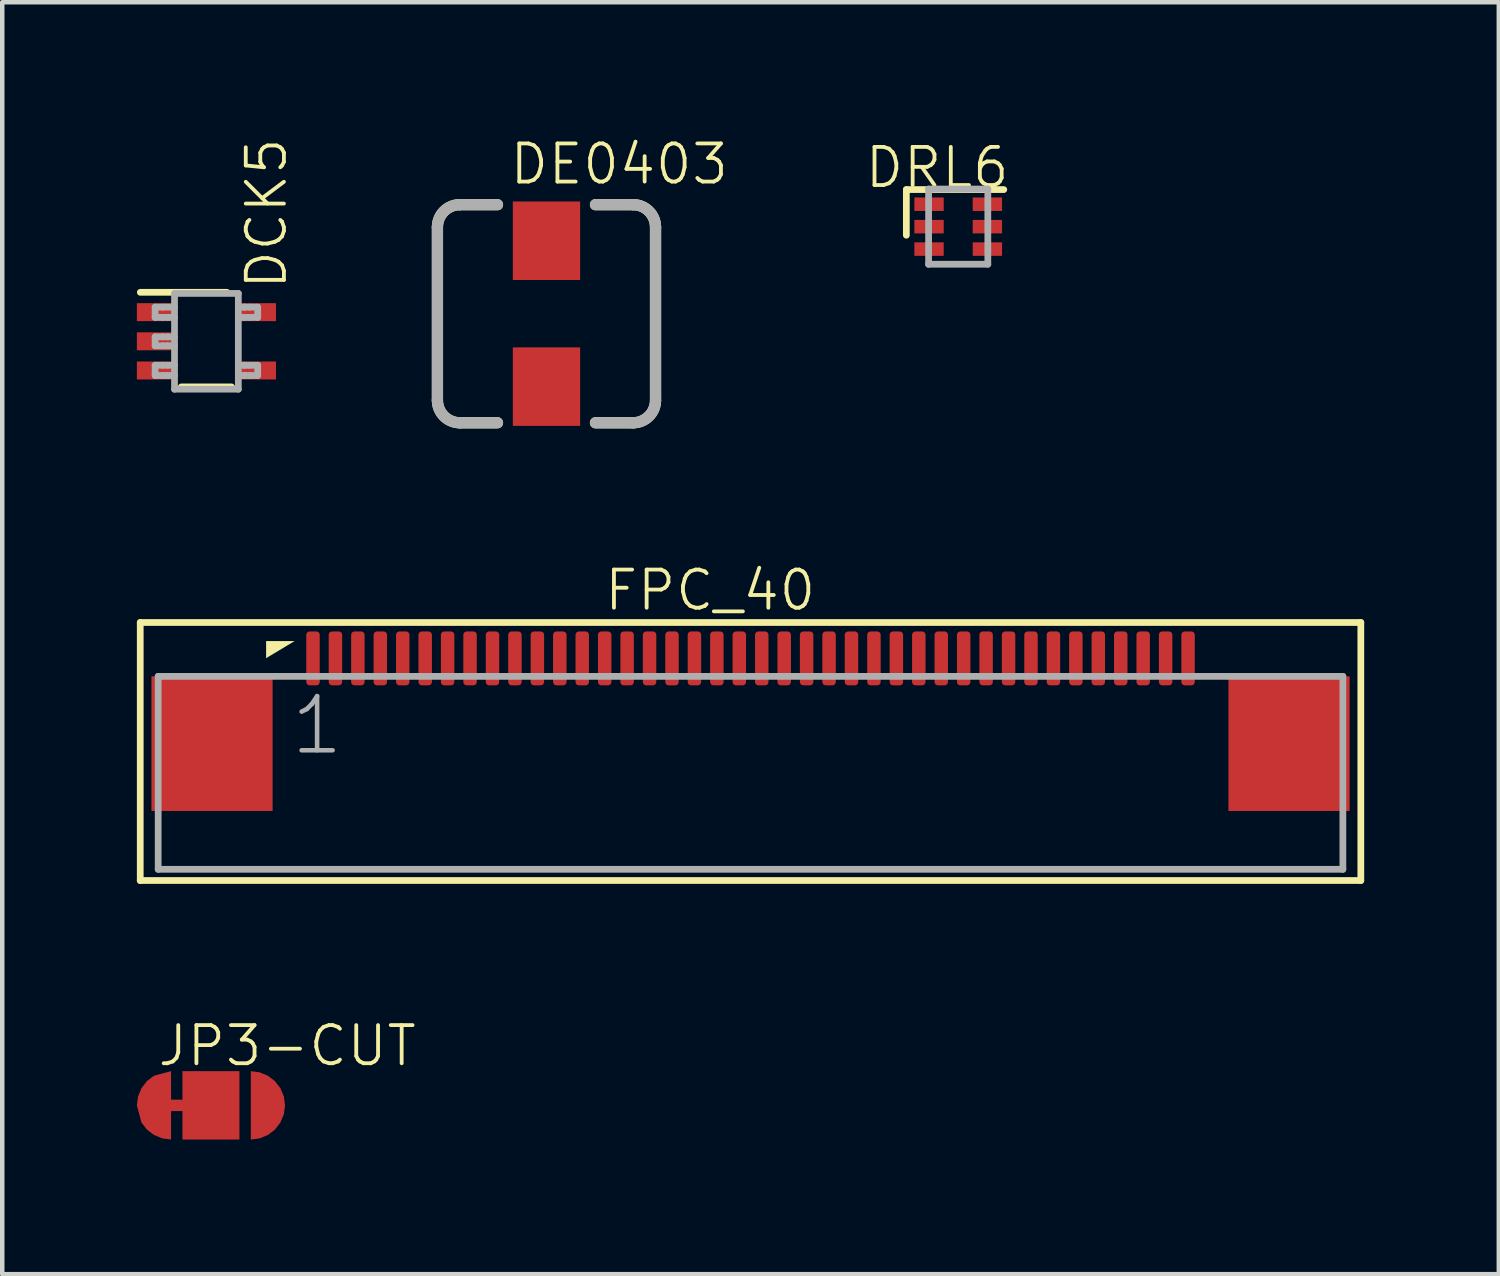
<source format=kicad_pcb>
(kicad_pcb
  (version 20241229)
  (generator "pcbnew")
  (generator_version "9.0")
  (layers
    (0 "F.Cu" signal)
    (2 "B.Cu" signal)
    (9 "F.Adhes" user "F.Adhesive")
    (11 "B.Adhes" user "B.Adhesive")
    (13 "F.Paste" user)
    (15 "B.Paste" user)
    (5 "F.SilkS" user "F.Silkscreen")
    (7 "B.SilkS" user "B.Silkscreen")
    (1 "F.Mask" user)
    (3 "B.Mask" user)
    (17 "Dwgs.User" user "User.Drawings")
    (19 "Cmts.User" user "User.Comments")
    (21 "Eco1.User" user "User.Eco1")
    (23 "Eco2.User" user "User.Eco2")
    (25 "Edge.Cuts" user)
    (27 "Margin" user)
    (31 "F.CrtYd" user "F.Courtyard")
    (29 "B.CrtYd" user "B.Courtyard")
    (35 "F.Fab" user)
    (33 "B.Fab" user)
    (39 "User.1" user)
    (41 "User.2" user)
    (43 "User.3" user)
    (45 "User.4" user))
  (footprint "DCK5"
    (layer "F.Cu")
    (at 1.55 4.556)
    (property "Reference" "DCK5" (at 1.835 -1.111 90) (layer "F.SilkS") (effects (font (size 0.85 0.85) (thickness 0.085)) (justify left bottom)))
    (attr smd)
    (fp_line (start -1.473 -1.092) (end 0.457 -1.092) (stroke (width 0.15) (type solid)) (layer "F.SilkS"))
    (fp_line (start -0.559 1.016) (end 0.559 1.016) (stroke (width 0.15) (type solid)) (layer "F.SilkS"))
    (fp_line (start -1.143 -0.762) (end -0.965 -0.762) (stroke (width 0.15) (type solid)) (layer "F.Fab"))
    (fp_line (start -1.143 -0.533) (end -1.143 -0.762) (stroke (width 0.15) (type solid)) (layer "F.Fab"))
    (fp_line (start -1.143 -0.533) (end -0.965 -0.533) (stroke (width 0.15) (type solid)) (layer "F.Fab"))
    (fp_line (start -1.143 -0.1) (end -0.965 -0.1) (stroke (width 0.15) (type solid)) (layer "F.Fab"))
    (fp_line (start -1.143 0.1) (end -1.143 -0.1) (stroke (width 0.15) (type solid)) (layer "F.Fab"))
    (fp_line (start -1.143 0.1) (end -0.965 0.1) (stroke (width 0.15) (type solid)) (layer "F.Fab"))
    (fp_line (start -1.143 0.533) (end -0.965 0.533) (stroke (width 0.15) (type solid)) (layer "F.Fab"))
    (fp_line (start -1.143 0.762) (end -1.143 0.533) (stroke (width 0.15) (type solid)) (layer "F.Fab"))
    (fp_line (start -1.143 0.762) (end -0.965 0.762) (stroke (width 0.15) (type solid)) (layer "F.Fab"))
    (fp_line (start -0.965 -0.762) (end -0.711 -0.762) (stroke (width 0.15) (type solid)) (layer "F.Fab"))
    (fp_line (start -0.965 -0.533) (end -0.864 -0.533) (stroke (width 0.15) (type solid)) (layer "F.Fab"))
    (fp_line (start -0.965 -0.1) (end -0.864 -0.1) (stroke (width 0.15) (type solid)) (layer "F.Fab"))
    (fp_line (start -0.965 0.1) (end -0.864 0.1) (stroke (width 0.15) (type solid)) (layer "F.Fab"))
    (fp_line (start -0.965 0.533) (end -0.864 0.533) (stroke (width 0.15) (type solid)) (layer "F.Fab"))
    (fp_line (start -0.965 0.762) (end -0.864 0.762) (stroke (width 0.15) (type solid)) (layer "F.Fab"))
    (fp_line (start -0.864 -0.533) (end -0.711 -0.533) (stroke (width 0.15) (type solid)) (layer "F.Fab"))
    (fp_line (start -0.864 -0.1) (end -0.711 -0.1) (stroke (width 0.15) (type solid)) (layer "F.Fab"))
    (fp_line (start -0.864 0.1) (end -0.711 0.1) (stroke (width 0.15) (type solid)) (layer "F.Fab"))
    (fp_line (start -0.864 0.533) (end -0.711 0.533) (stroke (width 0.15) (type solid)) (layer "F.Fab"))
    (fp_line (start -0.864 0.762) (end -0.711 0.762) (stroke (width 0.15) (type solid)) (layer "F.Fab"))
    (fp_line (start -0.711 -1.067) (end 0.711 -1.067) (stroke (width 0.15) (type solid)) (layer "F.Fab"))
    (fp_line (start -0.711 1.067) (end -0.711 -1.067) (stroke (width 0.15) (type solid)) (layer "F.Fab"))
    (fp_line (start -0.711 1.067) (end 0.711 1.067) (stroke (width 0.15) (type solid)) (layer "F.Fab"))
    (fp_line (start 0.711 -0.762) (end 0.838 -0.762) (stroke (width 0.15) (type solid)) (layer "F.Fab"))
    (fp_line (start 0.711 -0.533) (end 0.838 -0.533) (stroke (width 0.15) (type solid)) (layer "F.Fab"))
    (fp_line (start 0.711 0.533) (end 0.838 0.533) (stroke (width 0.15) (type solid)) (layer "F.Fab"))
    (fp_line (start 0.711 0.762) (end 0.838 0.762) (stroke (width 0.15) (type solid)) (layer "F.Fab"))
    (fp_line (start 0.711 1.067) (end 0.711 -1.067) (stroke (width 0.15) (type solid)) (layer "F.Fab"))
    (fp_line (start 0.838 -0.762) (end 0.864 -0.762) (stroke (width 0.15) (type solid)) (layer "F.Fab"))
    (fp_line (start 0.838 -0.533) (end 0.864 -0.533) (stroke (width 0.15) (type solid)) (layer "F.Fab"))
    (fp_line (start 0.838 0.533) (end 0.864 0.533) (stroke (width 0.15) (type solid)) (layer "F.Fab"))
    (fp_line (start 0.838 0.762) (end 0.864 0.762) (stroke (width 0.15) (type solid)) (layer "F.Fab"))
    (fp_line (start 0.864 -0.762) (end 0.965 -0.762) (stroke (width 0.15) (type solid)) (layer "F.Fab"))
    (fp_line (start 0.864 -0.533) (end 0.965 -0.533) (stroke (width 0.15) (type solid)) (layer "F.Fab"))
    (fp_line (start 0.864 0.533) (end 0.965 0.533) (stroke (width 0.15) (type solid)) (layer "F.Fab"))
    (fp_line (start 0.864 0.762) (end 0.965 0.762) (stroke (width 0.15) (type solid)) (layer "F.Fab"))
    (fp_line (start 0.965 -0.762) (end 1.143 -0.762) (stroke (width 0.15) (type solid)) (layer "F.Fab"))
    (fp_line (start 0.965 -0.533) (end 1.143 -0.533) (stroke (width 0.15) (type solid)) (layer "F.Fab"))
    (fp_line (start 0.965 0.533) (end 1.143 0.533) (stroke (width 0.15) (type solid)) (layer "F.Fab"))
    (fp_line (start 0.965 0.762) (end 1.143 0.762) (stroke (width 0.15) (type solid)) (layer "F.Fab"))
    (fp_line (start 1.143 -0.533) (end 1.143 -0.762) (stroke (width 0.15) (type solid)) (layer "F.Fab"))
    (fp_line (start 1.143 0.762) (end 1.143 0.533) (stroke (width 0.15) (type solid)) (layer "F.Fab"))
    (pad "1" smd rect (at -1.125 -0.65 90) (size 0.4 0.85) (layers "F.Cu" "F.Mask" "F.Paste"))
    (pad "2" smd rect (at -1.125 0 90) (size 0.4 0.85) (layers "F.Cu" "F.Mask" "F.Paste"))
    (pad "3" smd rect (at -1.125 0.65 90) (size 0.4 0.85) (layers "F.Cu" "F.Mask" "F.Paste"))
    (pad "4" smd rect (at 1.125 0.65 90) (size 0.4 0.85) (layers "F.Cu" "F.Mask" "F.Paste"))
    (pad "5" smd rect (at 1.125 -0.65 90) (size 0.4 0.85) (layers "F.Cu" "F.Mask" "F.Paste")))
  (footprint "JP3-CUT"
    (layer "F.Cu")
    (at 1.651 21.582)
    (property "Reference" "JP3-CUT" (at -1.23 -0.83 180) (layer "F.SilkS") (effects (font (size 0.85 0.85) (thickness 0.085)) (justify left bottom)))
    (attr through_hole)
    (pad "COM" smd rect (at 0 0) (size 1.27 1.524) (layers "F.Cu" "F.Mask"))
    (pad "NC" smd custom (at -1.143 0) (size 0.889 0.254) (layers "F.Cu" "F.Mask") (options (anchor rect)) (primitives (gr_poly (pts (xy 0.254 -0.762) (xy 0.254 -0.127) (xy 0.635 -0.127) (xy 0.635 0.127) (xy 0.254 0.127) (xy 0.254 0.762) (xy 0.057 0.736) (xy -0.127 0.66) (xy -0.285 0.539) (xy -0.406 0.381) (xy -0.508 0) (xy -0.482 -0.197) (xy -0.406 -0.381) (xy -0.285 -0.539) (xy -0.127 -0.66)) (width 0) (fill yes))))
    (pad "NO" smd custom (at 1.333 0) (size 0.508 0.254) (layers "F.Cu" "F.Mask") (options (anchor rect)) (primitives (gr_poly (pts (xy -0.445 0.762) (xy -0.445 -0.762) (xy -0.247 -0.736) (xy -0.064 -0.66) (xy 0.094 -0.539) (xy 0.215 -0.381) (xy 0.292 -0.197) (xy 0.318 0) (xy 0.292 0.197) (xy 0.215 0.381) (xy 0.094 0.539) (xy -0.064 0.66) (xy -0.247 0.736)) (width 0) (fill yes)))))
  (footprint "FPC_40"
    (layer "F.Cu")
    (at 13.675 13.522)
    (property "Reference" "FPC_40" (at -3.302 -2.921 0) (layer "F.SilkS") (effects (font (size 0.85 0.85) (thickness 0.085)) (justify left bottom)))
    (attr smd)
    (fp_line (start -13.6 -2.7) (end 13.6 -2.7) (stroke (width 0.15) (type solid)) (layer "F.SilkS"))
    (fp_line (start -13.6 3.05) (end -13.6 -2.7) (stroke (width 0.15) (type solid)) (layer "F.SilkS"))
    (fp_line (start -13.6 3.05) (end 13.6 3.05) (stroke (width 0.15) (type solid)) (layer "F.SilkS"))
    (fp_line (start 13.6 3.05) (end 13.6 -2.7) (stroke (width 0.15) (type solid)) (layer "F.SilkS"))
    (fp_poly (pts (xy -10.16 -2.286) (xy -10.795 -2.286) (xy -10.795 -1.905)) (stroke (width 0) (type solid)) (fill yes) (layer "F.SilkS"))
    (fp_line (start -13.2 -1.5) (end 13.2 -1.5) (stroke (width 0.15) (type solid)) (layer "F.Fab"))
    (fp_line (start -13.2 2.8) (end -13.2 -1.5) (stroke (width 0.15) (type solid)) (layer "F.Fab"))
    (fp_line (start -13.2 2.8) (end 13.2 2.8) (stroke (width 0.15) (type solid)) (layer "F.Fab"))
    (fp_line (start 13.2 -1.5) (end 13.2 2.8) (stroke (width 0.15) (type solid)) (layer "F.Fab"))
    (fp_text user "1" (at -10.3 0.3 0) (layer "F.Fab") (effects (font (size 1.206 1.206) (thickness 0.102)) (justify left bottom)))
    (pad "1" smd roundrect (at -9.75 -1.9) (size 0.3 1.2) (layers "F.Cu" "F.Mask" "F.Paste") (roundrect_rratio 0.25))
    (pad "2" smd roundrect (at -9.25 -1.9) (size 0.3 1.2) (layers "F.Cu" "F.Mask" "F.Paste") (roundrect_rratio 0.25))
    (pad "3" smd roundrect (at -8.75 -1.9) (size 0.3 1.2) (layers "F.Cu" "F.Mask" "F.Paste") (roundrect_rratio 0.25))
    (pad "4" smd roundrect (at -8.25 -1.9) (size 0.3 1.2) (layers "F.Cu" "F.Mask" "F.Paste") (roundrect_rratio 0.25))
    (pad "5" smd roundrect (at -7.75 -1.9) (size 0.3 1.2) (layers "F.Cu" "F.Mask" "F.Paste") (roundrect_rratio 0.25))
    (pad "6" smd roundrect (at -7.25 -1.9) (size 0.3 1.2) (layers "F.Cu" "F.Mask" "F.Paste") (roundrect_rratio 0.25))
    (pad "7" smd roundrect (at -6.75 -1.9) (size 0.3 1.2) (layers "F.Cu" "F.Mask" "F.Paste") (roundrect_rratio 0.25))
    (pad "8" smd roundrect (at -6.25 -1.9) (size 0.3 1.2) (layers "F.Cu" "F.Mask" "F.Paste") (roundrect_rratio 0.25))
    (pad "9" smd roundrect (at -5.75 -1.9) (size 0.3 1.2) (layers "F.Cu" "F.Mask" "F.Paste") (roundrect_rratio 0.25))
    (pad "10" smd roundrect (at -5.25 -1.9) (size 0.3 1.2) (layers "F.Cu" "F.Mask" "F.Paste") (roundrect_rratio 0.25))
    (pad "11" smd roundrect (at -4.75 -1.9) (size 0.3 1.2) (layers "F.Cu" "F.Mask" "F.Paste") (roundrect_rratio 0.25))
    (pad "12" smd roundrect (at -4.25 -1.9) (size 0.3 1.2) (layers "F.Cu" "F.Mask" "F.Paste") (roundrect_rratio 0.25))
    (pad "13" smd roundrect (at -3.75 -1.9) (size 0.3 1.2) (layers "F.Cu" "F.Mask" "F.Paste") (roundrect_rratio 0.25))
    (pad "14" smd roundrect (at -3.25 -1.9) (size 0.3 1.2) (layers "F.Cu" "F.Mask" "F.Paste") (roundrect_rratio 0.25))
    (pad "15" smd roundrect (at -2.75 -1.9) (size 0.3 1.2) (layers "F.Cu" "F.Mask" "F.Paste") (roundrect_rratio 0.25))
    (pad "16" smd roundrect (at -2.25 -1.9) (size 0.3 1.2) (layers "F.Cu" "F.Mask" "F.Paste") (roundrect_rratio 0.25))
    (pad "17" smd roundrect (at -1.75 -1.9) (size 0.3 1.2) (layers "F.Cu" "F.Mask" "F.Paste") (roundrect_rratio 0.25))
    (pad "18" smd roundrect (at -1.25 -1.9) (size 0.3 1.2) (layers "F.Cu" "F.Mask" "F.Paste") (roundrect_rratio 0.25))
    (pad "19" smd roundrect (at -0.75 -1.9) (size 0.3 1.2) (layers "F.Cu" "F.Mask" "F.Paste") (roundrect_rratio 0.25))
    (pad "20" smd roundrect (at -0.25 -1.9) (size 0.3 1.2) (layers "F.Cu" "F.Mask" "F.Paste") (roundrect_rratio 0.25))
    (pad "21" smd roundrect (at 0.25 -1.9) (size 0.3 1.2) (layers "F.Cu" "F.Mask" "F.Paste") (roundrect_rratio 0.25))
    (pad "22" smd roundrect (at 0.75 -1.9) (size 0.3 1.2) (layers "F.Cu" "F.Mask" "F.Paste") (roundrect_rratio 0.25))
    (pad "23" smd roundrect (at 1.25 -1.9) (size 0.3 1.2) (layers "F.Cu" "F.Mask" "F.Paste") (roundrect_rratio 0.25))
    (pad "24" smd roundrect (at 1.75 -1.9) (size 0.3 1.2) (layers "F.Cu" "F.Mask" "F.Paste") (roundrect_rratio 0.25))
    (pad "25" smd roundrect (at 2.25 -1.9) (size 0.3 1.2) (layers "F.Cu" "F.Mask" "F.Paste") (roundrect_rratio 0.25))
    (pad "26" smd roundrect (at 2.75 -1.9) (size 0.3 1.2) (layers "F.Cu" "F.Mask" "F.Paste") (roundrect_rratio 0.25))
    (pad "27" smd roundrect (at 3.25 -1.9) (size 0.3 1.2) (layers "F.Cu" "F.Mask" "F.Paste") (roundrect_rratio 0.25))
    (pad "28" smd roundrect (at 3.75 -1.9) (size 0.3 1.2) (layers "F.Cu" "F.Mask" "F.Paste") (roundrect_rratio 0.25))
    (pad "29" smd roundrect (at 4.25 -1.9) (size 0.3 1.2) (layers "F.Cu" "F.Mask" "F.Paste") (roundrect_rratio 0.25))
    (pad "30" smd roundrect (at 4.75 -1.9) (size 0.3 1.2) (layers "F.Cu" "F.Mask" "F.Paste") (roundrect_rratio 0.25))
    (pad "31" smd roundrect (at 5.25 -1.9) (size 0.3 1.2) (layers "F.Cu" "F.Mask" "F.Paste") (roundrect_rratio 0.25))
    (pad "32" smd roundrect (at 5.75 -1.9) (size 0.3 1.2) (layers "F.Cu" "F.Mask" "F.Paste") (roundrect_rratio 0.25))
    (pad "33" smd roundrect (at 6.25 -1.9) (size 0.3 1.2) (layers "F.Cu" "F.Mask" "F.Paste") (roundrect_rratio 0.25))
    (pad "34" smd roundrect (at 6.75 -1.9) (size 0.3 1.2) (layers "F.Cu" "F.Mask" "F.Paste") (roundrect_rratio 0.25))
    (pad "35" smd roundrect (at 7.25 -1.9) (size 0.3 1.2) (layers "F.Cu" "F.Mask" "F.Paste") (roundrect_rratio 0.25))
    (pad "36" smd roundrect (at 7.75 -1.9) (size 0.3 1.2) (layers "F.Cu" "F.Mask" "F.Paste") (roundrect_rratio 0.25))
    (pad "37" smd roundrect (at 8.25 -1.9) (size 0.3 1.2) (layers "F.Cu" "F.Mask" "F.Paste") (roundrect_rratio 0.25))
    (pad "38" smd roundrect (at 8.75 -1.9) (size 0.3 1.2) (layers "F.Cu" "F.Mask" "F.Paste") (roundrect_rratio 0.25))
    (pad "39" smd roundrect (at 9.25 -1.9) (size 0.3 1.2) (layers "F.Cu" "F.Mask" "F.Paste") (roundrect_rratio 0.25))
    (pad "40" smd roundrect (at 9.75 -1.9) (size 0.3 1.2) (layers "F.Cu" "F.Mask" "F.Paste") (roundrect_rratio 0.25))
    (pad "Z1" smd rect (at -12 0) (size 2.7 3) (layers "F.Cu" "F.Mask" "F.Paste"))
    (pad "Z2" smd rect (at 12 0) (size 2.7 3) (layers "F.Cu" "F.Mask" "F.Paste")))
  (footprint "DRL6"
    (layer "F.Cu")
    (at 18.303 2.001)
    (property "Reference" "DRL6" (at 1.186 -1.814 0) (layer "F.SilkS") (effects (font (size 0.85 0.85) (thickness 0.085)) (justify right top)))
    (attr smd)
    (fp_line (start -1.156 -0.826) (end -1.156 0.191) (stroke (width 0.15) (type solid)) (layer "F.SilkS"))
    (fp_line (start 1.016 -0.826) (end -1.156 -0.826) (stroke (width 0.15) (type solid)) (layer "F.SilkS"))
    (fp_line (start -0.66 -0.838) (end -0.66 0.838) (stroke (width 0.15) (type solid)) (layer "F.Fab"))
    (fp_line (start -0.66 0.838) (end 0.66 0.838) (stroke (width 0.15) (type solid)) (layer "F.Fab"))
    (fp_line (start 0.66 -0.838) (end -0.66 -0.838) (stroke (width 0.15) (type solid)) (layer "F.Fab"))
    (fp_line (start 0.66 0.838) (end 0.66 -0.838) (stroke (width 0.15) (type solid)) (layer "F.Fab"))
    (pad "1" smd rect (at -0.65 -0.5) (size 0.654 0.301) (layers "F.Cu" "F.Mask" "F.Paste"))
    (pad "2" smd rect (at -0.65 0) (size 0.654 0.301) (layers "F.Cu" "F.Mask" "F.Paste"))
    (pad "3" smd rect (at -0.65 0.5) (size 0.654 0.301) (layers "F.Cu" "F.Mask" "F.Paste"))
    (pad "4" smd rect (at 0.65 0.5) (size 0.654 0.301) (layers "F.Cu" "F.Mask" "F.Paste"))
    (pad "5" smd rect (at 0.65 0) (size 0.654 0.301) (layers "F.Cu" "F.Mask" "F.Paste"))
    (pad "6" smd rect (at 0.65 -0.5) (size 0.654 0.301) (layers "F.Cu" "F.Mask" "F.Paste")))
  (footprint "DE0403"
    (layer "F.Cu")
    (at 9.128 3.941)
    (property "Reference" "DE0403" (at -0.864 -2.836 0) (layer "F.SilkS") (effects (font (size 0.85 0.85) (thickness 0.085)) (justify left bottom)))
    (attr smd)
    (fp_line (start -2.43 1.93) (end -2.43 -1.93) (stroke (width 0.25) (type solid)) (layer "F.SilkS"))
    (fp_line (start -1.092 -2.43) (end -1.93 -2.43) (stroke (width 0.25) (type solid)) (layer "F.SilkS"))
    (fp_line (start -1.092 2.43) (end -1.93 2.43) (stroke (width 0.25) (type solid)) (layer "F.SilkS"))
    (fp_line (start 1.092 -2.43) (end 1.93 -2.43) (stroke (width 0.25) (type solid)) (layer "F.SilkS"))
    (fp_line (start 1.092 2.43) (end 1.93 2.43) (stroke (width 0.25) (type solid)) (layer "F.SilkS"))
    (fp_line (start 2.43 -1.93) (end 2.43 1.93) (stroke (width 0.25) (type solid)) (layer "F.SilkS"))
    (fp_arc (start -2.43 -1.93) (mid -2.283553 -2.283553) (end -1.93 -2.43) (stroke (width 0.25) (type solid)) (layer "F.SilkS"))
    (fp_arc (start -1.93 2.43) (mid -2.283553 2.283553) (end -2.43 1.93) (stroke (width 0.25) (type solid)) (layer "F.SilkS"))
    (fp_arc (start 1.93 -2.43) (mid 2.283553 -2.283553) (end 2.43 -1.93) (stroke (width 0.25) (type solid)) (layer "F.SilkS"))
    (fp_arc (start 2.43 1.93) (mid 2.283553 2.283553) (end 1.93 2.43) (stroke (width 0.25) (type solid)) (layer "F.SilkS"))
    (fp_line (start -2.43 1.93) (end -2.43 -1.93) (stroke (width 0.25) (type solid)) (layer "F.Fab"))
    (fp_line (start -1.092 -2.43) (end -1.93 -2.43) (stroke (width 0.25) (type solid)) (layer "F.Fab"))
    (fp_line (start -1.092 2.43) (end -1.93 2.43) (stroke (width 0.25) (type solid)) (layer "F.Fab"))
    (fp_line (start 1.092 -2.43) (end 1.93 -2.43) (stroke (width 0.25) (type solid)) (layer "F.Fab"))
    (fp_line (start 1.092 2.43) (end 1.93 2.43) (stroke (width 0.25) (type solid)) (layer "F.Fab"))
    (fp_line (start 2.43 -1.93) (end 2.43 1.93) (stroke (width 0.25) (type solid)) (layer "F.Fab"))
    (fp_arc (start -2.43 -1.93) (mid -2.283553 -2.283553) (end -1.93 -2.43) (stroke (width 0.25) (type solid)) (layer "F.Fab"))
    (fp_arc (start -1.93 2.43) (mid -2.283553 2.283553) (end -2.43 1.93) (stroke (width 0.25) (type solid)) (layer "F.Fab"))
    (fp_arc (start 1.93 -2.43) (mid 2.283553 -2.283553) (end 2.43 -1.93) (stroke (width 0.25) (type solid)) (layer "F.Fab"))
    (fp_arc (start 2.43 1.93) (mid 2.283553 2.283553) (end 1.93 2.43) (stroke (width 0.25) (type solid)) (layer "F.Fab"))
    (pad "1" smd rect (at 0 -1.626) (size 1.5 1.75) (layers "F.Cu" "F.Mask" "F.Paste"))
    (pad "2" smd rect (at 0 1.625) (size 1.5 1.75) (layers "F.Cu" "F.Mask" "F.Paste")))
  (gr_rect
    (start -3 -3)
    (end 30.35 25.344)
    (stroke (width 0.1) (type default))
    (fill no)
    (layer "Edge.Cuts")))
</source>
